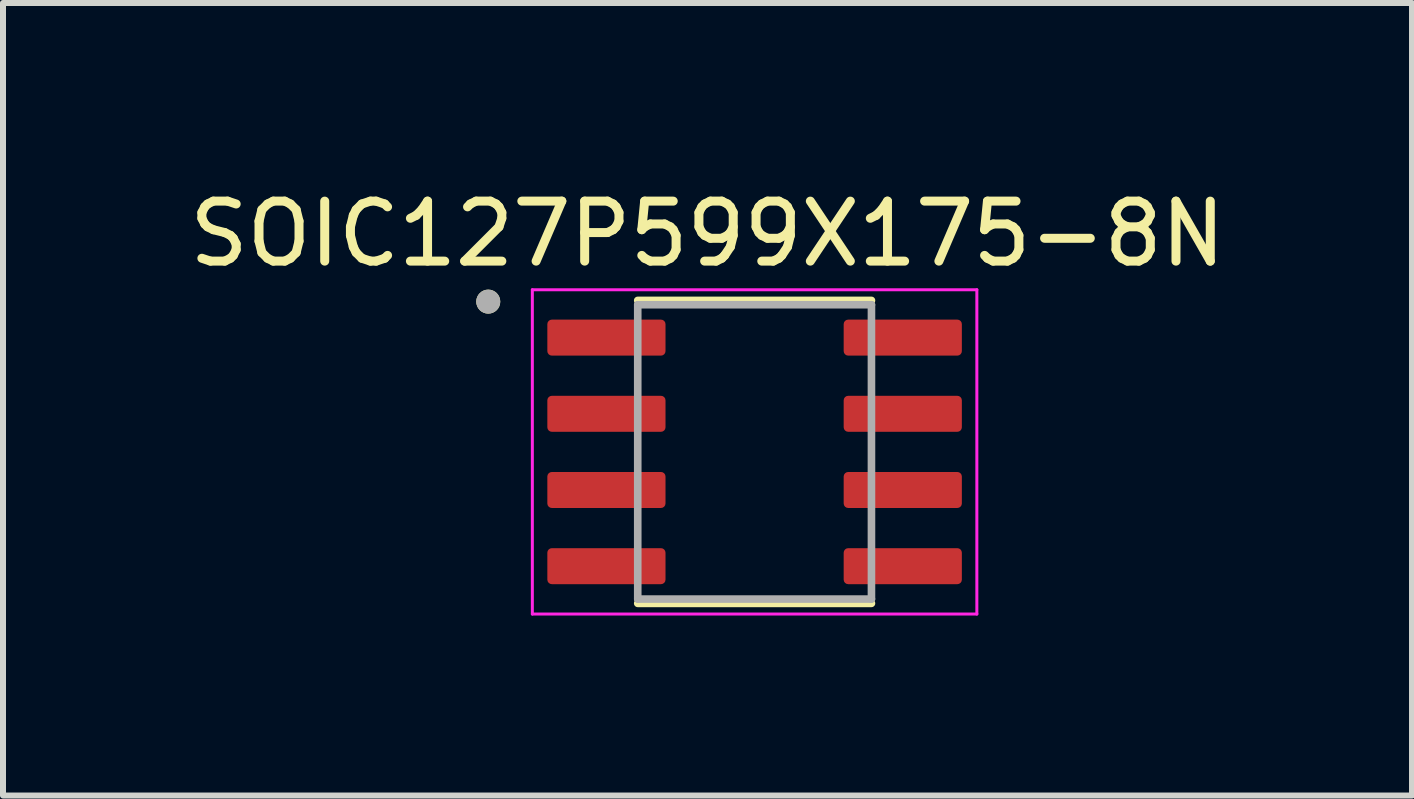
<source format=kicad_pcb>
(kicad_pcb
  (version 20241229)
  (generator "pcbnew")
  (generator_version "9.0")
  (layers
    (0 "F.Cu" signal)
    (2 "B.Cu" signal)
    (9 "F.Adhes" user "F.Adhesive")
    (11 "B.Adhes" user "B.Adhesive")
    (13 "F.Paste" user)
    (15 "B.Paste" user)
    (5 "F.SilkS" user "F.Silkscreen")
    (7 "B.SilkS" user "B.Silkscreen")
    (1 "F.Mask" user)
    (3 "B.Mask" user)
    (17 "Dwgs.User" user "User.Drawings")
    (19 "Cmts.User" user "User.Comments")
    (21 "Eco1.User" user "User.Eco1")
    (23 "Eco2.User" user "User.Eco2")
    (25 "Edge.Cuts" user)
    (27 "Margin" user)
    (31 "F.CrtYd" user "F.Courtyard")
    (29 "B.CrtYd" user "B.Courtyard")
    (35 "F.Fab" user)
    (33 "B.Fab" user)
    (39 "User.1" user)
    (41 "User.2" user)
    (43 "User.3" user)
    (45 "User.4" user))
  (footprint "SOIC127P599X175-8N"
    (layer "F.Cu")
    (at 9.529 4.483)
    (property "Reference" "SOIC127P599X175-8N" (at -0.785 -3.635 0) (layer "F.SilkS") (effects (font (size 1 1) (thickness 0.15))))
    (attr smd)
    (fp_line (start -1.948 -2.525) (end 1.948 -2.525) (stroke (width 0.127) (type solid)) (layer "F.SilkS"))
    (fp_line (start -1.948 2.525) (end 1.948 2.525) (stroke (width 0.127) (type solid)) (layer "F.SilkS"))
    (fp_circle (center -4.44 -2.505) (end -4.34 -2.505) (stroke (width 0.2) (type solid)) (fill no) (layer "F.SilkS"))
    (fp_line (start -3.705 -2.703) (end -3.705 2.703) (stroke (width 0.05) (type solid)) (layer "F.CrtYd"))
    (fp_line (start -3.705 -2.703) (end 3.705 -2.703) (stroke (width 0.05) (type solid)) (layer "F.CrtYd"))
    (fp_line (start -3.705 2.703) (end 3.705 2.703) (stroke (width 0.05) (type solid)) (layer "F.CrtYd"))
    (fp_line (start 3.705 -2.703) (end 3.705 2.703) (stroke (width 0.05) (type solid)) (layer "F.CrtYd"))
    (fp_line (start -1.948 -2.453) (end -1.948 2.453) (stroke (width 0.127) (type solid)) (layer "F.Fab"))
    (fp_line (start -1.948 -2.453) (end 1.948 -2.453) (stroke (width 0.127) (type solid)) (layer "F.Fab"))
    (fp_line (start -1.948 2.453) (end 1.948 2.453) (stroke (width 0.127) (type solid)) (layer "F.Fab"))
    (fp_line (start 1.948 -2.453) (end 1.948 2.453) (stroke (width 0.127) (type solid)) (layer "F.Fab"))
    (fp_circle (center -4.44 -2.505) (end -4.34 -2.505) (stroke (width 0.2) (type solid)) (fill no) (layer "F.Fab"))
    (pad "1" smd roundrect (at -2.47 -1.905) (size 1.97 0.6) (layers "F.Cu" "F.Mask" "F.Paste") (roundrect_rratio 0.125))
    (pad "2" smd roundrect (at -2.47 -0.635) (size 1.97 0.6) (layers "F.Cu" "F.Mask" "F.Paste") (roundrect_rratio 0.125))
    (pad "3" smd roundrect (at -2.47 0.635) (size 1.97 0.6) (layers "F.Cu" "F.Mask" "F.Paste") (roundrect_rratio 0.125))
    (pad "4" smd roundrect (at -2.47 1.905) (size 1.97 0.6) (layers "F.Cu" "F.Mask" "F.Paste") (roundrect_rratio 0.125))
    (pad "5" smd roundrect (at 2.47 1.905) (size 1.97 0.6) (layers "F.Cu" "F.Mask" "F.Paste") (roundrect_rratio 0.125))
    (pad "6" smd roundrect (at 2.47 0.635) (size 1.97 0.6) (layers "F.Cu" "F.Mask" "F.Paste") (roundrect_rratio 0.125))
    (pad "7" smd roundrect (at 2.47 -0.635) (size 1.97 0.6) (layers "F.Cu" "F.Mask" "F.Paste") (roundrect_rratio 0.125))
    (pad "8" smd roundrect (at 2.47 -1.905) (size 1.97 0.6) (layers "F.Cu" "F.Mask" "F.Paste") (roundrect_rratio 0.125)))
  (gr_rect
    (start -3 -3)
    (end 20.488 10.211)
    (stroke (width 0.1) (type default))
    (fill no)
    (layer "Edge.Cuts")))
</source>
